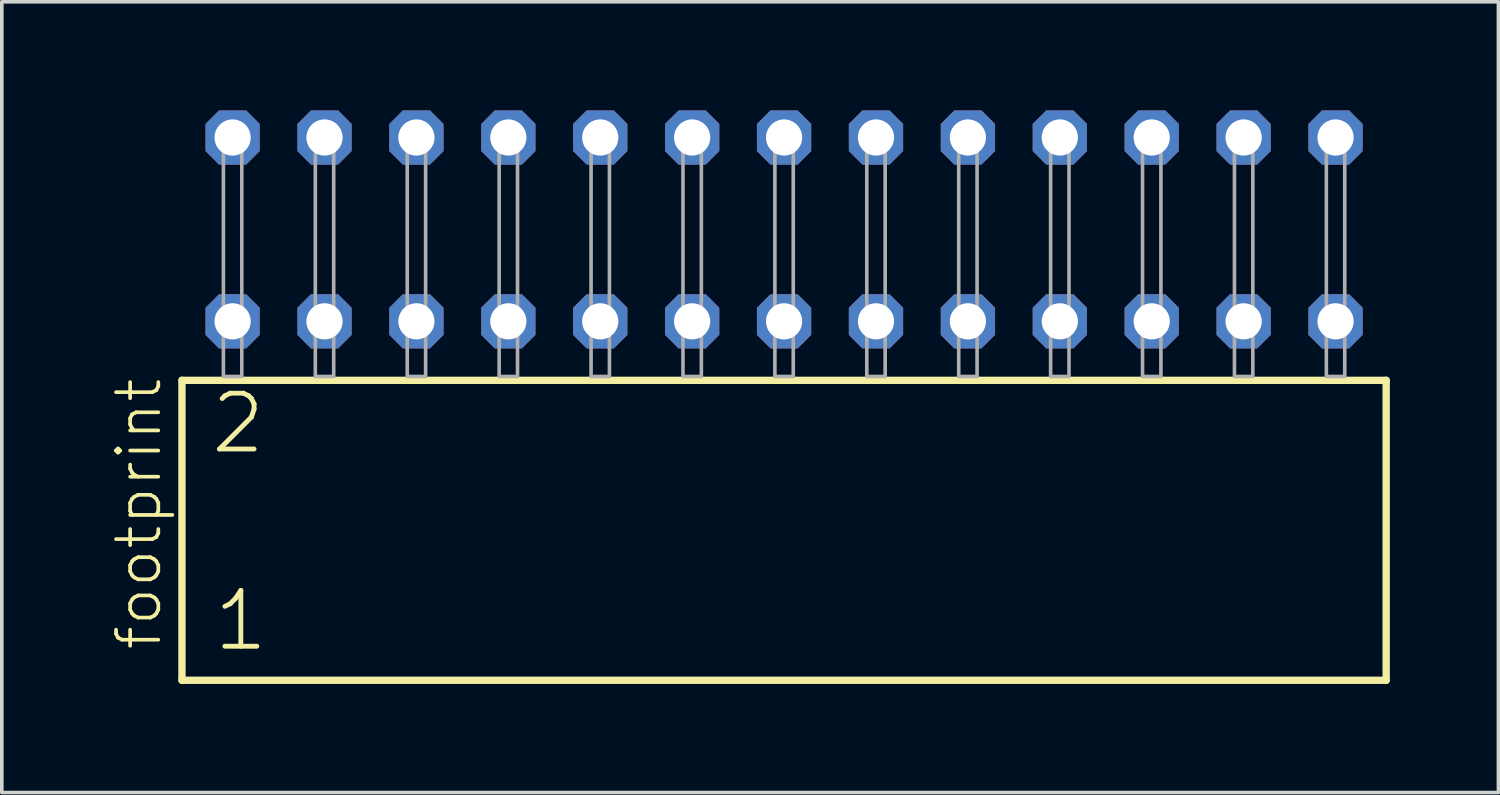
<source format=kicad_pcb>
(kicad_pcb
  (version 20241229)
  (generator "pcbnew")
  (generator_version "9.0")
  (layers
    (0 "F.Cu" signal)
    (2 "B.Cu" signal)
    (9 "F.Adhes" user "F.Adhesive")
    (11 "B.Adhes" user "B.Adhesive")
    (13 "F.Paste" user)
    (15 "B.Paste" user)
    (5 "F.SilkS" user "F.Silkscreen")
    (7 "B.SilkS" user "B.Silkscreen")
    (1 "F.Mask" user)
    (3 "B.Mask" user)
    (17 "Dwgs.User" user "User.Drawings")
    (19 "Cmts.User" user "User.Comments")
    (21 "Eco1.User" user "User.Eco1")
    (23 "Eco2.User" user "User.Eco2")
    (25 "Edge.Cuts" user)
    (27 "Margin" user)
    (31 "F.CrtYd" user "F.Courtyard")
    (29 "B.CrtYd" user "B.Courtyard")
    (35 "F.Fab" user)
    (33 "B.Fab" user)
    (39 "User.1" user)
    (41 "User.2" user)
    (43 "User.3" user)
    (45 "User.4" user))
  (footprint "footprint"
    (layer "F.Cu")
    (at 18.618 7.354)
    (property "Reference" "footprint" (at -17.145 7.62 90) (layer "F.SilkS") (effects (font (size 1.168 1.168) (thickness 0.102)) (justify left bottom)))
    (fp_line (start -16.639 0.106) (end -16.639 8.396) (stroke (width 0.203) (type solid)) (layer "F.SilkS"))
    (fp_line (start -16.639 8.396) (end 16.639 8.396) (stroke (width 0.203) (type solid)) (layer "F.SilkS"))
    (fp_line (start 16.639 0.106) (end -16.639 0.106) (stroke (width 0.203) (type solid)) (layer "F.SilkS"))
    (fp_line (start 16.639 8.396) (end 16.639 0.106) (stroke (width 0.203) (type solid)) (layer "F.SilkS"))
    (fp_poly (pts (xy -15.494 0) (xy -14.986 0) (xy -14.986 -6.858) (xy -15.494 -6.858)) (stroke (width 0.1) (type solid)) (fill no) (layer "F.Fab"))
    (fp_poly (pts (xy -12.954 0) (xy -12.446 0) (xy -12.446 -6.858) (xy -12.954 -6.858)) (stroke (width 0.1) (type solid)) (fill no) (layer "F.Fab"))
    (fp_poly (pts (xy -10.414 0) (xy -9.906 0) (xy -9.906 -6.858) (xy -10.414 -6.858)) (stroke (width 0.1) (type solid)) (fill no) (layer "F.Fab"))
    (fp_poly (pts (xy -7.874 0) (xy -7.366 0) (xy -7.366 -6.858) (xy -7.874 -6.858)) (stroke (width 0.1) (type solid)) (fill no) (layer "F.Fab"))
    (fp_poly (pts (xy -5.334 0) (xy -4.826 0) (xy -4.826 -6.858) (xy -5.334 -6.858)) (stroke (width 0.1) (type solid)) (fill no) (layer "F.Fab"))
    (fp_poly (pts (xy -2.794 0) (xy -2.286 0) (xy -2.286 -6.858) (xy -2.794 -6.858)) (stroke (width 0.1) (type solid)) (fill no) (layer "F.Fab"))
    (fp_poly (pts (xy -0.254 0) (xy 0.254 0) (xy 0.254 -6.858) (xy -0.254 -6.858)) (stroke (width 0.1) (type solid)) (fill no) (layer "F.Fab"))
    (fp_poly (pts (xy 2.286 0) (xy 2.794 0) (xy 2.794 -6.858) (xy 2.286 -6.858)) (stroke (width 0.1) (type solid)) (fill no) (layer "F.Fab"))
    (fp_poly (pts (xy 4.826 0) (xy 5.334 0) (xy 5.334 -6.858) (xy 4.826 -6.858)) (stroke (width 0.1) (type solid)) (fill no) (layer "F.Fab"))
    (fp_poly (pts (xy 7.366 0) (xy 7.874 0) (xy 7.874 -6.858) (xy 7.366 -6.858)) (stroke (width 0.1) (type solid)) (fill no) (layer "F.Fab"))
    (fp_poly (pts (xy 9.906 0) (xy 10.414 0) (xy 10.414 -6.858) (xy 9.906 -6.858)) (stroke (width 0.1) (type solid)) (fill no) (layer "F.Fab"))
    (fp_poly (pts (xy 12.446 0) (xy 12.954 0) (xy 12.954 -6.858) (xy 12.446 -6.858)) (stroke (width 0.1) (type solid)) (fill no) (layer "F.Fab"))
    (fp_poly (pts (xy 14.986 0) (xy 15.494 0) (xy 15.494 -6.858) (xy 14.986 -6.858)) (stroke (width 0.1) (type solid)) (fill no) (layer "F.Fab"))
    (fp_text user "1" (at -15.835 7.65 0) (layer "F.SilkS") (effects (font (size 1.542 1.542) (thickness 0.134)) (justify left bottom)))
    (fp_text user "2" (at -15.91 2.2 0) (layer "F.SilkS") (effects (font (size 1.542 1.542) (thickness 0.134)) (justify left bottom)))
    (pad "1" thru_hole roundrect (at -15.24 -1.524) (size 1.5 1.5) (drill 1) (layers "*.Cu" "*.Mask") (roundrect_rratio 0.25) (chamfer_ratio 0.25) (chamfer top_left top_right bottom_left bottom_right))
    (pad "2" thru_hole roundrect (at -15.24 -6.604) (size 1.5 1.5) (drill 1) (layers "*.Cu" "*.Mask") (roundrect_rratio 0.25) (chamfer_ratio 0.25) (chamfer top_left top_right bottom_left bottom_right))
    (pad "3" thru_hole roundrect (at -12.7 -1.524) (size 1.5 1.5) (drill 1) (layers "*.Cu" "*.Mask") (roundrect_rratio 0.25) (chamfer_ratio 0.25) (chamfer top_left top_right bottom_left bottom_right))
    (pad "4" thru_hole roundrect (at -12.7 -6.604) (size 1.5 1.5) (drill 1) (layers "*.Cu" "*.Mask") (roundrect_rratio 0.25) (chamfer_ratio 0.25) (chamfer top_left top_right bottom_left bottom_right))
    (pad "5" thru_hole roundrect (at -10.16 -1.524) (size 1.5 1.5) (drill 1) (layers "*.Cu" "*.Mask") (roundrect_rratio 0.25) (chamfer_ratio 0.25) (chamfer top_left top_right bottom_left bottom_right))
    (pad "6" thru_hole roundrect (at -10.16 -6.604) (size 1.5 1.5) (drill 1) (layers "*.Cu" "*.Mask") (roundrect_rratio 0.25) (chamfer_ratio 0.25) (chamfer top_left top_right bottom_left bottom_right))
    (pad "7" thru_hole roundrect (at -7.62 -1.524) (size 1.5 1.5) (drill 1) (layers "*.Cu" "*.Mask") (roundrect_rratio 0.25) (chamfer_ratio 0.25) (chamfer top_left top_right bottom_left bottom_right))
    (pad "8" thru_hole roundrect (at -7.62 -6.604) (size 1.5 1.5) (drill 1) (layers "*.Cu" "*.Mask") (roundrect_rratio 0.25) (chamfer_ratio 0.25) (chamfer top_left top_right bottom_left bottom_right))
    (pad "9" thru_hole roundrect (at -5.08 -1.524) (size 1.5 1.5) (drill 1) (layers "*.Cu" "*.Mask") (roundrect_rratio 0.25) (chamfer_ratio 0.25) (chamfer top_left top_right bottom_left bottom_right))
    (pad "10" thru_hole roundrect (at -5.08 -6.604) (size 1.5 1.5) (drill 1) (layers "*.Cu" "*.Mask") (roundrect_rratio 0.25) (chamfer_ratio 0.25) (chamfer top_left top_right bottom_left bottom_right))
    (pad "11" thru_hole roundrect (at -2.54 -1.524) (size 1.5 1.5) (drill 1) (layers "*.Cu" "*.Mask") (roundrect_rratio 0.25) (chamfer_ratio 0.25) (chamfer top_left top_right bottom_left bottom_right))
    (pad "12" thru_hole roundrect (at -2.54 -6.604) (size 1.5 1.5) (drill 1) (layers "*.Cu" "*.Mask") (roundrect_rratio 0.25) (chamfer_ratio 0.25) (chamfer top_left top_right bottom_left bottom_right))
    (pad "13" thru_hole roundrect (at 0 -1.524) (size 1.5 1.5) (drill 1) (layers "*.Cu" "*.Mask") (roundrect_rratio 0.25) (chamfer_ratio 0.25) (chamfer top_left top_right bottom_left bottom_right))
    (pad "14" thru_hole roundrect (at 0 -6.604) (size 1.5 1.5) (drill 1) (layers "*.Cu" "*.Mask") (roundrect_rratio 0.25) (chamfer_ratio 0.25) (chamfer top_left top_right bottom_left bottom_right))
    (pad "15" thru_hole roundrect (at 2.54 -1.524) (size 1.5 1.5) (drill 1) (layers "*.Cu" "*.Mask") (roundrect_rratio 0.25) (chamfer_ratio 0.25) (chamfer top_left top_right bottom_left bottom_right))
    (pad "16" thru_hole roundrect (at 2.54 -6.604) (size 1.5 1.5) (drill 1) (layers "*.Cu" "*.Mask") (roundrect_rratio 0.25) (chamfer_ratio 0.25) (chamfer top_left top_right bottom_left bottom_right))
    (pad "17" thru_hole roundrect (at 5.08 -1.524) (size 1.5 1.5) (drill 1) (layers "*.Cu" "*.Mask") (roundrect_rratio 0.25) (chamfer_ratio 0.25) (chamfer top_left top_right bottom_left bottom_right))
    (pad "18" thru_hole roundrect (at 5.08 -6.604) (size 1.5 1.5) (drill 1) (layers "*.Cu" "*.Mask") (roundrect_rratio 0.25) (chamfer_ratio 0.25) (chamfer top_left top_right bottom_left bottom_right))
    (pad "19" thru_hole roundrect (at 7.62 -1.524) (size 1.5 1.5) (drill 1) (layers "*.Cu" "*.Mask") (roundrect_rratio 0.25) (chamfer_ratio 0.25) (chamfer top_left top_right bottom_left bottom_right))
    (pad "20" thru_hole roundrect (at 7.62 -6.604) (size 1.5 1.5) (drill 1) (layers "*.Cu" "*.Mask") (roundrect_rratio 0.25) (chamfer_ratio 0.25) (chamfer top_left top_right bottom_left bottom_right))
    (pad "21" thru_hole roundrect (at 10.16 -1.524) (size 1.5 1.5) (drill 1) (layers "*.Cu" "*.Mask") (roundrect_rratio 0.25) (chamfer_ratio 0.25) (chamfer top_left top_right bottom_left bottom_right))
    (pad "22" thru_hole roundrect (at 10.16 -6.604) (size 1.5 1.5) (drill 1) (layers "*.Cu" "*.Mask") (roundrect_rratio 0.25) (chamfer_ratio 0.25) (chamfer top_left top_right bottom_left bottom_right))
    (pad "23" thru_hole roundrect (at 12.7 -1.524) (size 1.5 1.5) (drill 1) (layers "*.Cu" "*.Mask") (roundrect_rratio 0.25) (chamfer_ratio 0.25) (chamfer top_left top_right bottom_left bottom_right))
    (pad "24" thru_hole roundrect (at 12.7 -6.604) (size 1.5 1.5) (drill 1) (layers "*.Cu" "*.Mask") (roundrect_rratio 0.25) (chamfer_ratio 0.25) (chamfer top_left top_right bottom_left bottom_right))
    (pad "25" thru_hole roundrect (at 15.24 -1.524) (size 1.5 1.5) (drill 1) (layers "*.Cu" "*.Mask") (roundrect_rratio 0.25) (chamfer_ratio 0.25) (chamfer top_left top_right bottom_left bottom_right))
    (pad "26" thru_hole roundrect (at 15.24 -6.604) (size 1.5 1.5) (drill 1) (layers "*.Cu" "*.Mask") (roundrect_rratio 0.25) (chamfer_ratio 0.25) (chamfer top_left top_right bottom_left bottom_right)))
  (gr_rect
    (start -3 -3)
    (end 38.359 18.852)
    (stroke (width 0.1) (type default))
    (fill no)
    (layer "Edge.Cuts")))
</source>
